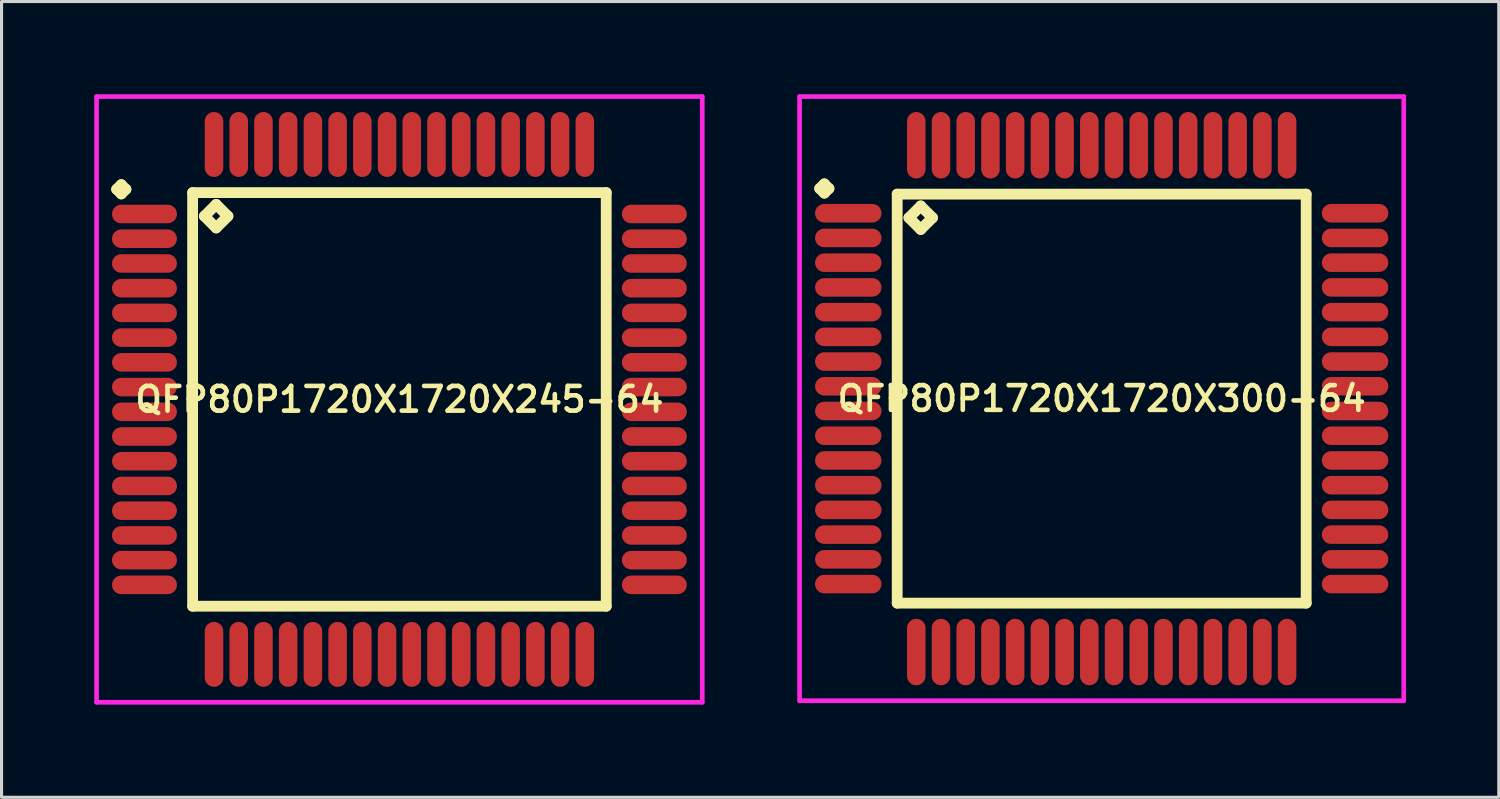
<source format=kicad_pcb>
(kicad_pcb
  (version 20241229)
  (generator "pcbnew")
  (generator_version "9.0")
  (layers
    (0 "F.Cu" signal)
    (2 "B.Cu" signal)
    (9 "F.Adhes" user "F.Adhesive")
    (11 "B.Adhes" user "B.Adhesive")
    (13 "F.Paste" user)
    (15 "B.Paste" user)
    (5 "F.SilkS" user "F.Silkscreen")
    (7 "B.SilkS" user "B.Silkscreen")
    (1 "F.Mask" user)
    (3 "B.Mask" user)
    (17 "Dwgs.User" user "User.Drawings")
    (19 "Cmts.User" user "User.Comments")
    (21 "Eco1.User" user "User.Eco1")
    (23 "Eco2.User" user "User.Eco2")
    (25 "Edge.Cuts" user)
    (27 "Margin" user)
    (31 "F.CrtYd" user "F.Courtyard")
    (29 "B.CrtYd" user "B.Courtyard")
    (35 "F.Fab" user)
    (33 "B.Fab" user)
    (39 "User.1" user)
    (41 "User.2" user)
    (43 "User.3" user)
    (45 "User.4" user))
  (footprint "QFP80P1720X1720X245-64"
    (layer "F.Cu")
    (at 9.875 9.875)
    (property "Reference" "QFP80P1720X1720X245-64" (at 0 0 0) (layer "F.SilkS") (effects (font (size 0.8 0.8) (thickness 0.15))))
    (attr smd)
    (fp_line (start -9.15 -6.8) (end -9 -6.95) (stroke (width 0.35) (type solid)) (layer "F.SilkS"))
    (fp_line (start -9 -6.95) (end -8.85 -6.8) (stroke (width 0.35) (type solid)) (layer "F.SilkS"))
    (fp_line (start -9 -6.65) (end -9.15 -6.8) (stroke (width 0.35) (type solid)) (layer "F.SilkS"))
    (fp_line (start -8.85 -6.8) (end -9 -6.65) (stroke (width 0.35) (type solid)) (layer "F.SilkS"))
    (fp_line (start -6.692 -6.692) (end -6.692 6.692) (stroke (width 0.35) (type solid)) (layer "F.SilkS"))
    (fp_line (start -6.692 6.692) (end 6.692 6.692) (stroke (width 0.35) (type solid)) (layer "F.SilkS"))
    (fp_line (start -6.311 -5.93) (end -5.93 -6.311) (stroke (width 0.35) (type solid)) (layer "F.SilkS"))
    (fp_line (start -5.93 -6.311) (end -5.549 -5.93) (stroke (width 0.35) (type solid)) (layer "F.SilkS"))
    (fp_line (start -5.93 -5.549) (end -6.311 -5.93) (stroke (width 0.35) (type solid)) (layer "F.SilkS"))
    (fp_line (start -5.549 -5.93) (end -5.93 -5.549) (stroke (width 0.35) (type solid)) (layer "F.SilkS"))
    (fp_line (start 6.692 -6.692) (end -6.692 -6.692) (stroke (width 0.35) (type solid)) (layer "F.SilkS"))
    (fp_line (start 6.692 6.692) (end 6.692 -6.692) (stroke (width 0.35) (type solid)) (layer "F.SilkS"))
    (fp_line (start -9.8 -9.8) (end 9.8 -9.8) (stroke (width 0.15) (type solid)) (layer "F.CrtYd"))
    (fp_line (start -9.8 9.8) (end -9.8 -9.8) (stroke (width 0.15) (type solid)) (layer "F.CrtYd"))
    (fp_line (start 9.8 -9.8) (end 9.8 9.8) (stroke (width 0.15) (type solid)) (layer "F.CrtYd"))
    (fp_line (start 9.8 9.8) (end -9.8 9.8) (stroke (width 0.15) (type solid)) (layer "F.CrtYd"))
    (pad "1" smd oval (at -8.25 -6) (size 2.1 0.6) (layers "F.Cu" "F.Mask" "F.Paste"))
    (pad "2" smd oval (at -8.25 -5.2) (size 2.1 0.6) (layers "F.Cu" "F.Mask" "F.Paste"))
    (pad "3" smd oval (at -8.25 -4.4) (size 2.1 0.6) (layers "F.Cu" "F.Mask" "F.Paste"))
    (pad "4" smd oval (at -8.25 -3.6) (size 2.1 0.6) (layers "F.Cu" "F.Mask" "F.Paste"))
    (pad "5" smd oval (at -8.25 -2.8) (size 2.1 0.6) (layers "F.Cu" "F.Mask" "F.Paste"))
    (pad "6" smd oval (at -8.25 -2) (size 2.1 0.6) (layers "F.Cu" "F.Mask" "F.Paste"))
    (pad "7" smd oval (at -8.25 -1.2) (size 2.1 0.6) (layers "F.Cu" "F.Mask" "F.Paste"))
    (pad "8" smd oval (at -8.25 -0.4) (size 2.1 0.6) (layers "F.Cu" "F.Mask" "F.Paste"))
    (pad "9" smd oval (at -8.25 0.4) (size 2.1 0.6) (layers "F.Cu" "F.Mask" "F.Paste"))
    (pad "10" smd oval (at -8.25 1.2) (size 2.1 0.6) (layers "F.Cu" "F.Mask" "F.Paste"))
    (pad "11" smd oval (at -8.25 2) (size 2.1 0.6) (layers "F.Cu" "F.Mask" "F.Paste"))
    (pad "12" smd oval (at -8.25 2.8) (size 2.1 0.6) (layers "F.Cu" "F.Mask" "F.Paste"))
    (pad "13" smd oval (at -8.25 3.6) (size 2.1 0.6) (layers "F.Cu" "F.Mask" "F.Paste"))
    (pad "14" smd oval (at -8.25 4.4) (size 2.1 0.6) (layers "F.Cu" "F.Mask" "F.Paste"))
    (pad "15" smd oval (at -8.25 5.2) (size 2.1 0.6) (layers "F.Cu" "F.Mask" "F.Paste"))
    (pad "16" smd oval (at -8.25 6) (size 2.1 0.6) (layers "F.Cu" "F.Mask" "F.Paste"))
    (pad "17" smd oval (at -6 8.25) (size 0.6 2.1) (layers "F.Cu" "F.Mask" "F.Paste"))
    (pad "18" smd oval (at -5.2 8.25) (size 0.6 2.1) (layers "F.Cu" "F.Mask" "F.Paste"))
    (pad "19" smd oval (at -4.4 8.25) (size 0.6 2.1) (layers "F.Cu" "F.Mask" "F.Paste"))
    (pad "20" smd oval (at -3.6 8.25) (size 0.6 2.1) (layers "F.Cu" "F.Mask" "F.Paste"))
    (pad "21" smd oval (at -2.8 8.25) (size 0.6 2.1) (layers "F.Cu" "F.Mask" "F.Paste"))
    (pad "22" smd oval (at -2 8.25) (size 0.6 2.1) (layers "F.Cu" "F.Mask" "F.Paste"))
    (pad "23" smd oval (at -1.2 8.25) (size 0.6 2.1) (layers "F.Cu" "F.Mask" "F.Paste"))
    (pad "24" smd oval (at -0.4 8.25) (size 0.6 2.1) (layers "F.Cu" "F.Mask" "F.Paste"))
    (pad "25" smd oval (at 0.4 8.25) (size 0.6 2.1) (layers "F.Cu" "F.Mask" "F.Paste"))
    (pad "26" smd oval (at 1.2 8.25) (size 0.6 2.1) (layers "F.Cu" "F.Mask" "F.Paste"))
    (pad "27" smd oval (at 2 8.25) (size 0.6 2.1) (layers "F.Cu" "F.Mask" "F.Paste"))
    (pad "28" smd oval (at 2.8 8.25) (size 0.6 2.1) (layers "F.Cu" "F.Mask" "F.Paste"))
    (pad "29" smd oval (at 3.6 8.25) (size 0.6 2.1) (layers "F.Cu" "F.Mask" "F.Paste"))
    (pad "30" smd oval (at 4.4 8.25) (size 0.6 2.1) (layers "F.Cu" "F.Mask" "F.Paste"))
    (pad "31" smd oval (at 5.2 8.25) (size 0.6 2.1) (layers "F.Cu" "F.Mask" "F.Paste"))
    (pad "32" smd oval (at 6 8.25) (size 0.6 2.1) (layers "F.Cu" "F.Mask" "F.Paste"))
    (pad "33" smd oval (at 8.25 6) (size 2.1 0.6) (layers "F.Cu" "F.Mask" "F.Paste"))
    (pad "34" smd oval (at 8.25 5.2) (size 2.1 0.6) (layers "F.Cu" "F.Mask" "F.Paste"))
    (pad "35" smd oval (at 8.25 4.4) (size 2.1 0.6) (layers "F.Cu" "F.Mask" "F.Paste"))
    (pad "36" smd oval (at 8.25 3.6) (size 2.1 0.6) (layers "F.Cu" "F.Mask" "F.Paste"))
    (pad "37" smd oval (at 8.25 2.8) (size 2.1 0.6) (layers "F.Cu" "F.Mask" "F.Paste"))
    (pad "38" smd oval (at 8.25 2) (size 2.1 0.6) (layers "F.Cu" "F.Mask" "F.Paste"))
    (pad "39" smd oval (at 8.25 1.2) (size 2.1 0.6) (layers "F.Cu" "F.Mask" "F.Paste"))
    (pad "40" smd oval (at 8.25 0.4) (size 2.1 0.6) (layers "F.Cu" "F.Mask" "F.Paste"))
    (pad "41" smd oval (at 8.25 -0.4) (size 2.1 0.6) (layers "F.Cu" "F.Mask" "F.Paste"))
    (pad "42" smd oval (at 8.25 -1.2) (size 2.1 0.6) (layers "F.Cu" "F.Mask" "F.Paste"))
    (pad "43" smd oval (at 8.25 -2) (size 2.1 0.6) (layers "F.Cu" "F.Mask" "F.Paste"))
    (pad "44" smd oval (at 8.25 -2.8) (size 2.1 0.6) (layers "F.Cu" "F.Mask" "F.Paste"))
    (pad "45" smd oval (at 8.25 -3.6) (size 2.1 0.6) (layers "F.Cu" "F.Mask" "F.Paste"))
    (pad "46" smd oval (at 8.25 -4.4) (size 2.1 0.6) (layers "F.Cu" "F.Mask" "F.Paste"))
    (pad "47" smd oval (at 8.25 -5.2) (size 2.1 0.6) (layers "F.Cu" "F.Mask" "F.Paste"))
    (pad "48" smd oval (at 8.25 -6) (size 2.1 0.6) (layers "F.Cu" "F.Mask" "F.Paste"))
    (pad "49" smd oval (at 6 -8.25) (size 0.6 2.1) (layers "F.Cu" "F.Mask" "F.Paste"))
    (pad "50" smd oval (at 5.2 -8.25) (size 0.6 2.1) (layers "F.Cu" "F.Mask" "F.Paste"))
    (pad "51" smd oval (at 4.4 -8.25) (size 0.6 2.1) (layers "F.Cu" "F.Mask" "F.Paste"))
    (pad "52" smd oval (at 3.6 -8.25) (size 0.6 2.1) (layers "F.Cu" "F.Mask" "F.Paste"))
    (pad "53" smd oval (at 2.8 -8.25) (size 0.6 2.1) (layers "F.Cu" "F.Mask" "F.Paste"))
    (pad "54" smd oval (at 2 -8.25) (size 0.6 2.1) (layers "F.Cu" "F.Mask" "F.Paste"))
    (pad "55" smd oval (at 1.2 -8.25) (size 0.6 2.1) (layers "F.Cu" "F.Mask" "F.Paste"))
    (pad "56" smd oval (at 0.4 -8.25) (size 0.6 2.1) (layers "F.Cu" "F.Mask" "F.Paste"))
    (pad "57" smd oval (at -0.4 -8.25) (size 0.6 2.1) (layers "F.Cu" "F.Mask" "F.Paste"))
    (pad "58" smd oval (at -1.2 -8.25) (size 0.6 2.1) (layers "F.Cu" "F.Mask" "F.Paste"))
    (pad "59" smd oval (at -2 -8.25) (size 0.6 2.1) (layers "F.Cu" "F.Mask" "F.Paste"))
    (pad "60" smd oval (at -2.8 -8.25) (size 0.6 2.1) (layers "F.Cu" "F.Mask" "F.Paste"))
    (pad "61" smd oval (at -3.6 -8.25) (size 0.6 2.1) (layers "F.Cu" "F.Mask" "F.Paste"))
    (pad "62" smd oval (at -4.4 -8.25) (size 0.6 2.1) (layers "F.Cu" "F.Mask" "F.Paste"))
    (pad "63" smd oval (at -5.2 -8.25) (size 0.6 2.1) (layers "F.Cu" "F.Mask" "F.Paste"))
    (pad "64" smd oval (at -6 -8.25) (size 0.6 2.1) (layers "F.Cu" "F.Mask" "F.Paste")))
  (footprint "QFP80P1720X1720X300-64"
    (layer "F.Cu")
    (at 32.6 9.85)
    (property "Reference" "QFP80P1720X1720X300-64" (at 0 0 0) (layer "F.SilkS") (effects (font (size 0.8 0.8) (thickness 0.15))))
    (attr through_hole)
    (fp_line (start -9.125 -6.8) (end -8.975 -6.95) (stroke (width 0.35) (type solid)) (layer "F.SilkS"))
    (fp_line (start -8.975 -6.95) (end -8.825 -6.8) (stroke (width 0.35) (type solid)) (layer "F.SilkS"))
    (fp_line (start -8.975 -6.65) (end -9.125 -6.8) (stroke (width 0.35) (type solid)) (layer "F.SilkS"))
    (fp_line (start -8.825 -6.8) (end -8.975 -6.65) (stroke (width 0.35) (type solid)) (layer "F.SilkS"))
    (fp_line (start -6.617 -6.617) (end -6.617 6.617) (stroke (width 0.35) (type solid)) (layer "F.SilkS"))
    (fp_line (start -6.617 6.617) (end 6.617 6.617) (stroke (width 0.35) (type solid)) (layer "F.SilkS"))
    (fp_line (start -6.236 -5.855) (end -5.855 -6.236) (stroke (width 0.35) (type solid)) (layer "F.SilkS"))
    (fp_line (start -5.855 -6.236) (end -5.474 -5.855) (stroke (width 0.35) (type solid)) (layer "F.SilkS"))
    (fp_line (start -5.855 -5.474) (end -6.236 -5.855) (stroke (width 0.35) (type solid)) (layer "F.SilkS"))
    (fp_line (start -5.474 -5.855) (end -5.855 -5.474) (stroke (width 0.35) (type solid)) (layer "F.SilkS"))
    (fp_line (start 6.617 -6.617) (end -6.617 -6.617) (stroke (width 0.35) (type solid)) (layer "F.SilkS"))
    (fp_line (start 6.617 6.617) (end 6.617 -6.617) (stroke (width 0.35) (type solid)) (layer "F.SilkS"))
    (fp_line (start -9.775 -9.775) (end 9.775 -9.775) (stroke (width 0.15) (type solid)) (layer "F.CrtYd"))
    (fp_line (start -9.775 9.775) (end -9.775 -9.775) (stroke (width 0.15) (type solid)) (layer "F.CrtYd"))
    (fp_line (start 9.775 -9.775) (end 9.775 9.775) (stroke (width 0.15) (type solid)) (layer "F.CrtYd"))
    (fp_line (start 9.775 9.775) (end -9.775 9.775) (stroke (width 0.15) (type solid)) (layer "F.CrtYd"))
    (pad "1" smd oval (at -8.2 -6) (size 2.15 0.6) (layers "F.Cu" "F.Mask" "F.Paste"))
    (pad "2" smd oval (at -8.2 -5.2) (size 2.15 0.6) (layers "F.Cu" "F.Mask" "F.Paste"))
    (pad "3" smd oval (at -8.2 -4.4) (size 2.15 0.6) (layers "F.Cu" "F.Mask" "F.Paste"))
    (pad "4" smd oval (at -8.2 -3.6) (size 2.15 0.6) (layers "F.Cu" "F.Mask" "F.Paste"))
    (pad "5" smd oval (at -8.2 -2.8) (size 2.15 0.6) (layers "F.Cu" "F.Mask" "F.Paste"))
    (pad "6" smd oval (at -8.2 -2) (size 2.15 0.6) (layers "F.Cu" "F.Mask" "F.Paste"))
    (pad "7" smd oval (at -8.2 -1.2) (size 2.15 0.6) (layers "F.Cu" "F.Mask" "F.Paste"))
    (pad "8" smd oval (at -8.2 -0.4) (size 2.15 0.6) (layers "F.Cu" "F.Mask" "F.Paste"))
    (pad "9" smd oval (at -8.2 0.4) (size 2.15 0.6) (layers "F.Cu" "F.Mask" "F.Paste"))
    (pad "10" smd oval (at -8.2 1.2) (size 2.15 0.6) (layers "F.Cu" "F.Mask" "F.Paste"))
    (pad "11" smd oval (at -8.2 2) (size 2.15 0.6) (layers "F.Cu" "F.Mask" "F.Paste"))
    (pad "12" smd oval (at -8.2 2.8) (size 2.15 0.6) (layers "F.Cu" "F.Mask" "F.Paste"))
    (pad "13" smd oval (at -8.2 3.6) (size 2.15 0.6) (layers "F.Cu" "F.Mask" "F.Paste"))
    (pad "14" smd oval (at -8.2 4.4) (size 2.15 0.6) (layers "F.Cu" "F.Mask" "F.Paste"))
    (pad "15" smd oval (at -8.2 5.2) (size 2.15 0.6) (layers "F.Cu" "F.Mask" "F.Paste"))
    (pad "16" smd oval (at -8.2 6) (size 2.15 0.6) (layers "F.Cu" "F.Mask" "F.Paste"))
    (pad "17" smd oval (at -6 8.2) (size 0.6 2.15) (layers "F.Cu" "F.Mask" "F.Paste"))
    (pad "18" smd oval (at -5.2 8.2) (size 0.6 2.15) (layers "F.Cu" "F.Mask" "F.Paste"))
    (pad "19" smd oval (at -4.4 8.2) (size 0.6 2.15) (layers "F.Cu" "F.Mask" "F.Paste"))
    (pad "20" smd oval (at -3.6 8.2) (size 0.6 2.15) (layers "F.Cu" "F.Mask" "F.Paste"))
    (pad "21" smd oval (at -2.8 8.2) (size 0.6 2.15) (layers "F.Cu" "F.Mask" "F.Paste"))
    (pad "22" smd oval (at -2 8.2) (size 0.6 2.15) (layers "F.Cu" "F.Mask" "F.Paste"))
    (pad "23" smd oval (at -1.2 8.2) (size 0.6 2.15) (layers "F.Cu" "F.Mask" "F.Paste"))
    (pad "24" smd oval (at -0.4 8.2) (size 0.6 2.15) (layers "F.Cu" "F.Mask" "F.Paste"))
    (pad "25" smd oval (at 0.4 8.2) (size 0.6 2.15) (layers "F.Cu" "F.Mask" "F.Paste"))
    (pad "26" smd oval (at 1.2 8.2) (size 0.6 2.15) (layers "F.Cu" "F.Mask" "F.Paste"))
    (pad "27" smd oval (at 2 8.2) (size 0.6 2.15) (layers "F.Cu" "F.Mask" "F.Paste"))
    (pad "28" smd oval (at 2.8 8.2) (size 0.6 2.15) (layers "F.Cu" "F.Mask" "F.Paste"))
    (pad "29" smd oval (at 3.6 8.2) (size 0.6 2.15) (layers "F.Cu" "F.Mask" "F.Paste"))
    (pad "30" smd oval (at 4.4 8.2) (size 0.6 2.15) (layers "F.Cu" "F.Mask" "F.Paste"))
    (pad "31" smd oval (at 5.2 8.2) (size 0.6 2.15) (layers "F.Cu" "F.Mask" "F.Paste"))
    (pad "32" smd oval (at 6 8.2) (size 0.6 2.15) (layers "F.Cu" "F.Mask" "F.Paste"))
    (pad "33" smd oval (at 8.2 6) (size 2.15 0.6) (layers "F.Cu" "F.Mask" "F.Paste"))
    (pad "34" smd oval (at 8.2 5.2) (size 2.15 0.6) (layers "F.Cu" "F.Mask" "F.Paste"))
    (pad "35" smd oval (at 8.2 4.4) (size 2.15 0.6) (layers "F.Cu" "F.Mask" "F.Paste"))
    (pad "36" smd oval (at 8.2 3.6) (size 2.15 0.6) (layers "F.Cu" "F.Mask" "F.Paste"))
    (pad "37" smd oval (at 8.2 2.8) (size 2.15 0.6) (layers "F.Cu" "F.Mask" "F.Paste"))
    (pad "38" smd oval (at 8.2 2) (size 2.15 0.6) (layers "F.Cu" "F.Mask" "F.Paste"))
    (pad "39" smd oval (at 8.2 1.2) (size 2.15 0.6) (layers "F.Cu" "F.Mask" "F.Paste"))
    (pad "40" smd oval (at 8.2 0.4) (size 2.15 0.6) (layers "F.Cu" "F.Mask" "F.Paste"))
    (pad "41" smd oval (at 8.2 -0.4) (size 2.15 0.6) (layers "F.Cu" "F.Mask" "F.Paste"))
    (pad "42" smd oval (at 8.2 -1.2) (size 2.15 0.6) (layers "F.Cu" "F.Mask" "F.Paste"))
    (pad "43" smd oval (at 8.2 -2) (size 2.15 0.6) (layers "F.Cu" "F.Mask" "F.Paste"))
    (pad "44" smd oval (at 8.2 -2.8) (size 2.15 0.6) (layers "F.Cu" "F.Mask" "F.Paste"))
    (pad "45" smd oval (at 8.2 -3.6) (size 2.15 0.6) (layers "F.Cu" "F.Mask" "F.Paste"))
    (pad "46" smd oval (at 8.2 -4.4) (size 2.15 0.6) (layers "F.Cu" "F.Mask" "F.Paste"))
    (pad "47" smd oval (at 8.2 -5.2) (size 2.15 0.6) (layers "F.Cu" "F.Mask" "F.Paste"))
    (pad "48" smd oval (at 8.2 -6) (size 2.15 0.6) (layers "F.Cu" "F.Mask" "F.Paste"))
    (pad "49" smd oval (at 6 -8.2) (size 0.6 2.15) (layers "F.Cu" "F.Mask" "F.Paste"))
    (pad "50" smd oval (at 5.2 -8.2) (size 0.6 2.15) (layers "F.Cu" "F.Mask" "F.Paste"))
    (pad "51" smd oval (at 4.4 -8.2) (size 0.6 2.15) (layers "F.Cu" "F.Mask" "F.Paste"))
    (pad "52" smd oval (at 3.6 -8.2) (size 0.6 2.15) (layers "F.Cu" "F.Mask" "F.Paste"))
    (pad "53" smd oval (at 2.8 -8.2) (size 0.6 2.15) (layers "F.Cu" "F.Mask" "F.Paste"))
    (pad "54" smd oval (at 2 -8.2) (size 0.6 2.15) (layers "F.Cu" "F.Mask" "F.Paste"))
    (pad "55" smd oval (at 1.2 -8.2) (size 0.6 2.15) (layers "F.Cu" "F.Mask" "F.Paste"))
    (pad "56" smd oval (at 0.4 -8.2) (size 0.6 2.15) (layers "F.Cu" "F.Mask" "F.Paste"))
    (pad "57" smd oval (at -0.4 -8.2) (size 0.6 2.15) (layers "F.Cu" "F.Mask" "F.Paste"))
    (pad "58" smd oval (at -1.2 -8.2) (size 0.6 2.15) (layers "F.Cu" "F.Mask" "F.Paste"))
    (pad "59" smd oval (at -2 -8.2) (size 0.6 2.15) (layers "F.Cu" "F.Mask" "F.Paste"))
    (pad "60" smd oval (at -2.8 -8.2) (size 0.6 2.15) (layers "F.Cu" "F.Mask" "F.Paste"))
    (pad "61" smd oval (at -3.6 -8.2) (size 0.6 2.15) (layers "F.Cu" "F.Mask" "F.Paste"))
    (pad "62" smd oval (at -4.4 -8.2) (size 0.6 2.15) (layers "F.Cu" "F.Mask" "F.Paste"))
    (pad "63" smd oval (at -5.2 -8.2) (size 0.6 2.15) (layers "F.Cu" "F.Mask" "F.Paste"))
    (pad "64" smd oval (at -6 -8.2) (size 0.6 2.15) (layers "F.Cu" "F.Mask" "F.Paste")))
  (gr_rect
    (start -3 -3)
    (end 45.45 22.75)
    (stroke (width 0.1) (type default))
    (fill no)
    (layer "Edge.Cuts")))
</source>
